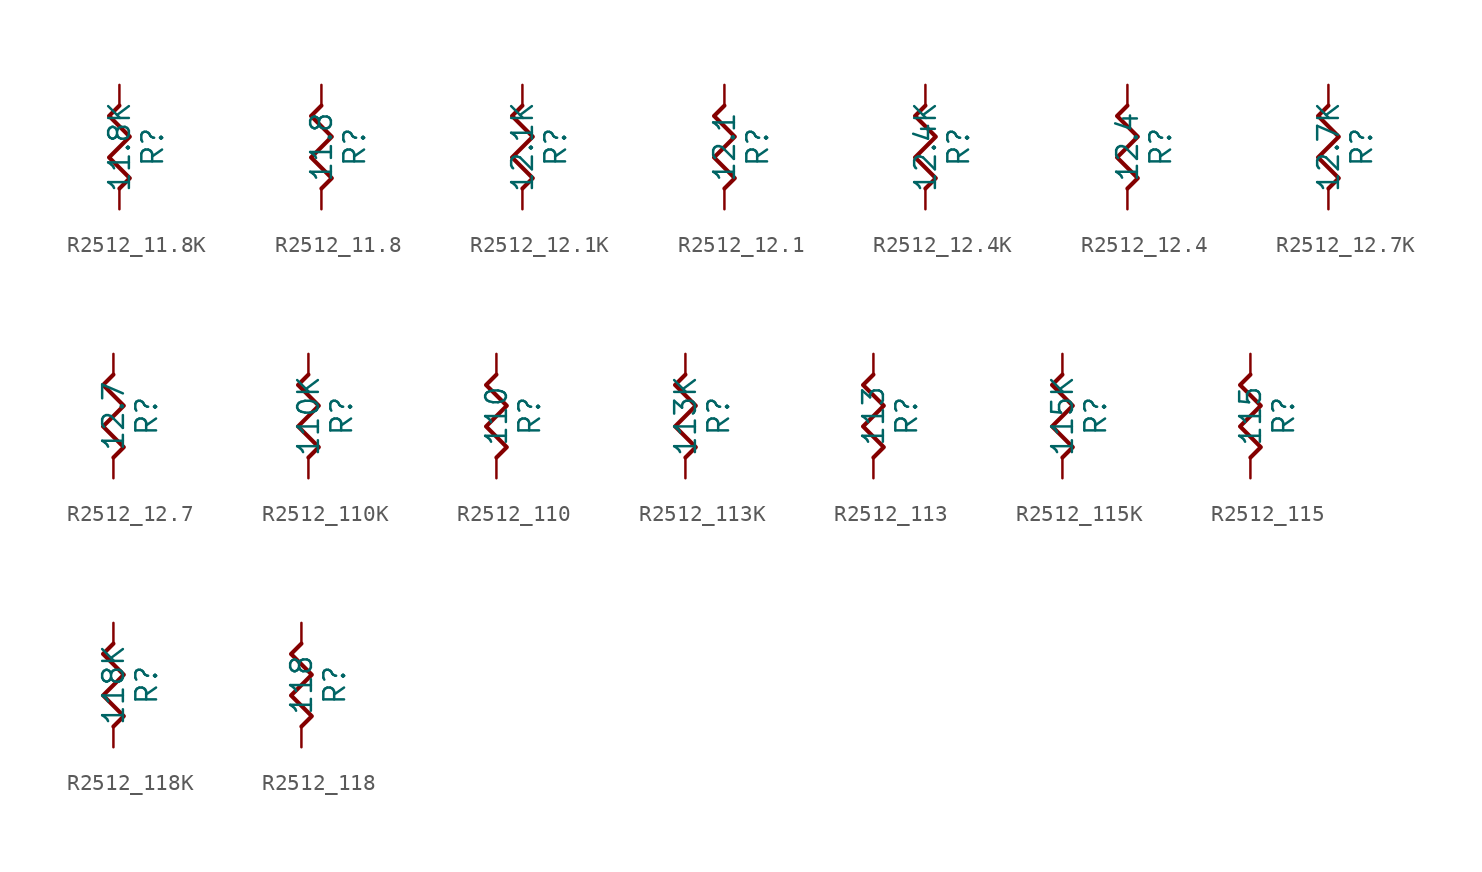
<source format=kicad_sym>
(kicad_symbol_lib
  (version 20211014)
  (generator atlantix-eda)
  (symbol "R2512_11.8K"
    (pin_numbers hide)
    (pin_names
      (offset 0))
    (property "Reference" "R"
      (at 2.032 0 90)
      (effects (font (size 1.27 1.27))))
    (property "Value" "11.8K"
      (at 0 0 90)
      (effects (font (size 1.27 1.27))))
    (symbol "R2512_11.8K_0_1"
      (polyline (pts (xy 0 -2.54) (xy 0.635 -1.905) (xy -0.635 -0.635) (xy 0.635 0.635) (xy -0.635 1.905) (xy 0 2.54)) (stroke (width 0.254) (type default) (color 0 0 0 0)) (fill (type none))))
    (symbol "R2512_11.8K_1_1"
      (pin passive line (at 0 3.81 270) (length 1.27) (name "~" (effects (font (size 1.27 1.27)))) (number "1" (effects (font (size 1.27 1.27)))))
      (pin passive line (at 0 -3.81 90) (length 1.27) (name "~" (effects (font (size 1.27 1.27)))) (number "2" (effects (font (size 1.27 1.27)))))))
  (symbol "R2512_11.8"
    (pin_numbers hide)
    (pin_names
      (offset 0))
    (property "Reference" "R"
      (at 2.032 0 90)
      (effects (font (size 1.27 1.27))))
    (property "Value" "11.8"
      (at 0 0 90)
      (effects (font (size 1.27 1.27))))
    (symbol "R2512_11.8_0_1"
      (polyline (pts (xy 0 -2.54) (xy 0.635 -1.905) (xy -0.635 -0.635) (xy 0.635 0.635) (xy -0.635 1.905) (xy 0 2.54)) (stroke (width 0.254) (type default) (color 0 0 0 0)) (fill (type none))))
    (symbol "R2512_11.8_1_1"
      (pin passive line (at 0 3.81 270) (length 1.27) (name "~" (effects (font (size 1.27 1.27)))) (number "1" (effects (font (size 1.27 1.27)))))
      (pin passive line (at 0 -3.81 90) (length 1.27) (name "~" (effects (font (size 1.27 1.27)))) (number "2" (effects (font (size 1.27 1.27)))))))
  (symbol "R2512_12.1K"
    (pin_numbers hide)
    (pin_names
      (offset 0))
    (property "Reference" "R"
      (at 2.032 0 90)
      (effects (font (size 1.27 1.27))))
    (property "Value" "12.1K"
      (at 0 0 90)
      (effects (font (size 1.27 1.27))))
    (symbol "R2512_12.1K_0_1"
      (polyline (pts (xy 0 -2.54) (xy 0.635 -1.905) (xy -0.635 -0.635) (xy 0.635 0.635) (xy -0.635 1.905) (xy 0 2.54)) (stroke (width 0.254) (type default) (color 0 0 0 0)) (fill (type none))))
    (symbol "R2512_12.1K_1_1"
      (pin passive line (at 0 3.81 270) (length 1.27) (name "~" (effects (font (size 1.27 1.27)))) (number "1" (effects (font (size 1.27 1.27)))))
      (pin passive line (at 0 -3.81 90) (length 1.27) (name "~" (effects (font (size 1.27 1.27)))) (number "2" (effects (font (size 1.27 1.27)))))))
  (symbol "R2512_12.1"
    (pin_numbers hide)
    (pin_names
      (offset 0))
    (property "Reference" "R"
      (at 2.032 0 90)
      (effects (font (size 1.27 1.27))))
    (property "Value" "12.1"
      (at 0 0 90)
      (effects (font (size 1.27 1.27))))
    (symbol "R2512_12.1_0_1"
      (polyline (pts (xy 0 -2.54) (xy 0.635 -1.905) (xy -0.635 -0.635) (xy 0.635 0.635) (xy -0.635 1.905) (xy 0 2.54)) (stroke (width 0.254) (type default) (color 0 0 0 0)) (fill (type none))))
    (symbol "R2512_12.1_1_1"
      (pin passive line (at 0 3.81 270) (length 1.27) (name "~" (effects (font (size 1.27 1.27)))) (number "1" (effects (font (size 1.27 1.27)))))
      (pin passive line (at 0 -3.81 90) (length 1.27) (name "~" (effects (font (size 1.27 1.27)))) (number "2" (effects (font (size 1.27 1.27)))))))
  (symbol "R2512_12.4K"
    (pin_numbers hide)
    (pin_names
      (offset 0))
    (property "Reference" "R"
      (at 2.032 0 90)
      (effects (font (size 1.27 1.27))))
    (property "Value" "12.4K"
      (at 0 0 90)
      (effects (font (size 1.27 1.27))))
    (symbol "R2512_12.4K_0_1"
      (polyline (pts (xy 0 -2.54) (xy 0.635 -1.905) (xy -0.635 -0.635) (xy 0.635 0.635) (xy -0.635 1.905) (xy 0 2.54)) (stroke (width 0.254) (type default) (color 0 0 0 0)) (fill (type none))))
    (symbol "R2512_12.4K_1_1"
      (pin passive line (at 0 3.81 270) (length 1.27) (name "~" (effects (font (size 1.27 1.27)))) (number "1" (effects (font (size 1.27 1.27)))))
      (pin passive line (at 0 -3.81 90) (length 1.27) (name "~" (effects (font (size 1.27 1.27)))) (number "2" (effects (font (size 1.27 1.27)))))))
  (symbol "R2512_12.4"
    (pin_numbers hide)
    (pin_names
      (offset 0))
    (property "Reference" "R"
      (at 2.032 0 90)
      (effects (font (size 1.27 1.27))))
    (property "Value" "12.4"
      (at 0 0 90)
      (effects (font (size 1.27 1.27))))
    (symbol "R2512_12.4_0_1"
      (polyline (pts (xy 0 -2.54) (xy 0.635 -1.905) (xy -0.635 -0.635) (xy 0.635 0.635) (xy -0.635 1.905) (xy 0 2.54)) (stroke (width 0.254) (type default) (color 0 0 0 0)) (fill (type none))))
    (symbol "R2512_12.4_1_1"
      (pin passive line (at 0 3.81 270) (length 1.27) (name "~" (effects (font (size 1.27 1.27)))) (number "1" (effects (font (size 1.27 1.27)))))
      (pin passive line (at 0 -3.81 90) (length 1.27) (name "~" (effects (font (size 1.27 1.27)))) (number "2" (effects (font (size 1.27 1.27)))))))
  (symbol "R2512_12.7K"
    (pin_numbers hide)
    (pin_names
      (offset 0))
    (property "Reference" "R"
      (at 2.032 0 90)
      (effects (font (size 1.27 1.27))))
    (property "Value" "12.7K"
      (at 0 0 90)
      (effects (font (size 1.27 1.27))))
    (symbol "R2512_12.7K_0_1"
      (polyline (pts (xy 0 -2.54) (xy 0.635 -1.905) (xy -0.635 -0.635) (xy 0.635 0.635) (xy -0.635 1.905) (xy 0 2.54)) (stroke (width 0.254) (type default) (color 0 0 0 0)) (fill (type none))))
    (symbol "R2512_12.7K_1_1"
      (pin passive line (at 0 3.81 270) (length 1.27) (name "~" (effects (font (size 1.27 1.27)))) (number "1" (effects (font (size 1.27 1.27)))))
      (pin passive line (at 0 -3.81 90) (length 1.27) (name "~" (effects (font (size 1.27 1.27)))) (number "2" (effects (font (size 1.27 1.27)))))))
  (symbol "R2512_12.7"
    (pin_numbers hide)
    (pin_names
      (offset 0))
    (property "Reference" "R"
      (at 2.032 0 90)
      (effects (font (size 1.27 1.27))))
    (property "Value" "12.7"
      (at 0 0 90)
      (effects (font (size 1.27 1.27))))
    (symbol "R2512_12.7_0_1"
      (polyline (pts (xy 0 -2.54) (xy 0.635 -1.905) (xy -0.635 -0.635) (xy 0.635 0.635) (xy -0.635 1.905) (xy 0 2.54)) (stroke (width 0.254) (type default) (color 0 0 0 0)) (fill (type none))))
    (symbol "R2512_12.7_1_1"
      (pin passive line (at 0 3.81 270) (length 1.27) (name "~" (effects (font (size 1.27 1.27)))) (number "1" (effects (font (size 1.27 1.27)))))
      (pin passive line (at 0 -3.81 90) (length 1.27) (name "~" (effects (font (size 1.27 1.27)))) (number "2" (effects (font (size 1.27 1.27)))))))
  (symbol "R2512_110K"
    (pin_numbers hide)
    (pin_names
      (offset 0))
    (property "Reference" "R"
      (at 2.032 0 90)
      (effects (font (size 1.27 1.27))))
    (property "Value" "110K"
      (at 0 0 90)
      (effects (font (size 1.27 1.27))))
    (symbol "R2512_110K_0_1"
      (polyline (pts (xy 0 -2.54) (xy 0.635 -1.905) (xy -0.635 -0.635) (xy 0.635 0.635) (xy -0.635 1.905) (xy 0 2.54)) (stroke (width 0.254) (type default) (color 0 0 0 0)) (fill (type none))))
    (symbol "R2512_110K_1_1"
      (pin passive line (at 0 3.81 270) (length 1.27) (name "~" (effects (font (size 1.27 1.27)))) (number "1" (effects (font (size 1.27 1.27)))))
      (pin passive line (at 0 -3.81 90) (length 1.27) (name "~" (effects (font (size 1.27 1.27)))) (number "2" (effects (font (size 1.27 1.27)))))))
  (symbol "R2512_110"
    (pin_numbers hide)
    (pin_names
      (offset 0))
    (property "Reference" "R"
      (at 2.032 0 90)
      (effects (font (size 1.27 1.27))))
    (property "Value" "110"
      (at 0 0 90)
      (effects (font (size 1.27 1.27))))
    (symbol "R2512_110_0_1"
      (polyline (pts (xy 0 -2.54) (xy 0.635 -1.905) (xy -0.635 -0.635) (xy 0.635 0.635) (xy -0.635 1.905) (xy 0 2.54)) (stroke (width 0.254) (type default) (color 0 0 0 0)) (fill (type none))))
    (symbol "R2512_110_1_1"
      (pin passive line (at 0 3.81 270) (length 1.27) (name "~" (effects (font (size 1.27 1.27)))) (number "1" (effects (font (size 1.27 1.27)))))
      (pin passive line (at 0 -3.81 90) (length 1.27) (name "~" (effects (font (size 1.27 1.27)))) (number "2" (effects (font (size 1.27 1.27)))))))
  (symbol "R2512_113K"
    (pin_numbers hide)
    (pin_names
      (offset 0))
    (property "Reference" "R"
      (at 2.032 0 90)
      (effects (font (size 1.27 1.27))))
    (property "Value" "113K"
      (at 0 0 90)
      (effects (font (size 1.27 1.27))))
    (symbol "R2512_113K_0_1"
      (polyline (pts (xy 0 -2.54) (xy 0.635 -1.905) (xy -0.635 -0.635) (xy 0.635 0.635) (xy -0.635 1.905) (xy 0 2.54)) (stroke (width 0.254) (type default) (color 0 0 0 0)) (fill (type none))))
    (symbol "R2512_113K_1_1"
      (pin passive line (at 0 3.81 270) (length 1.27) (name "~" (effects (font (size 1.27 1.27)))) (number "1" (effects (font (size 1.27 1.27)))))
      (pin passive line (at 0 -3.81 90) (length 1.27) (name "~" (effects (font (size 1.27 1.27)))) (number "2" (effects (font (size 1.27 1.27)))))))
  (symbol "R2512_113"
    (pin_numbers hide)
    (pin_names
      (offset 0))
    (property "Reference" "R"
      (at 2.032 0 90)
      (effects (font (size 1.27 1.27))))
    (property "Value" "113"
      (at 0 0 90)
      (effects (font (size 1.27 1.27))))
    (symbol "R2512_113_0_1"
      (polyline (pts (xy 0 -2.54) (xy 0.635 -1.905) (xy -0.635 -0.635) (xy 0.635 0.635) (xy -0.635 1.905) (xy 0 2.54)) (stroke (width 0.254) (type default) (color 0 0 0 0)) (fill (type none))))
    (symbol "R2512_113_1_1"
      (pin passive line (at 0 3.81 270) (length 1.27) (name "~" (effects (font (size 1.27 1.27)))) (number "1" (effects (font (size 1.27 1.27)))))
      (pin passive line (at 0 -3.81 90) (length 1.27) (name "~" (effects (font (size 1.27 1.27)))) (number "2" (effects (font (size 1.27 1.27)))))))
  (symbol "R2512_115K"
    (pin_numbers hide)
    (pin_names
      (offset 0))
    (property "Reference" "R"
      (at 2.032 0 90)
      (effects (font (size 1.27 1.27))))
    (property "Value" "115K"
      (at 0 0 90)
      (effects (font (size 1.27 1.27))))
    (symbol "R2512_115K_0_1"
      (polyline (pts (xy 0 -2.54) (xy 0.635 -1.905) (xy -0.635 -0.635) (xy 0.635 0.635) (xy -0.635 1.905) (xy 0 2.54)) (stroke (width 0.254) (type default) (color 0 0 0 0)) (fill (type none))))
    (symbol "R2512_115K_1_1"
      (pin passive line (at 0 3.81 270) (length 1.27) (name "~" (effects (font (size 1.27 1.27)))) (number "1" (effects (font (size 1.27 1.27)))))
      (pin passive line (at 0 -3.81 90) (length 1.27) (name "~" (effects (font (size 1.27 1.27)))) (number "2" (effects (font (size 1.27 1.27)))))))
  (symbol "R2512_115"
    (pin_numbers hide)
    (pin_names
      (offset 0))
    (property "Reference" "R"
      (at 2.032 0 90)
      (effects (font (size 1.27 1.27))))
    (property "Value" "115"
      (at 0 0 90)
      (effects (font (size 1.27 1.27))))
    (symbol "R2512_115_0_1"
      (polyline (pts (xy 0 -2.54) (xy 0.635 -1.905) (xy -0.635 -0.635) (xy 0.635 0.635) (xy -0.635 1.905) (xy 0 2.54)) (stroke (width 0.254) (type default) (color 0 0 0 0)) (fill (type none))))
    (symbol "R2512_115_1_1"
      (pin passive line (at 0 3.81 270) (length 1.27) (name "~" (effects (font (size 1.27 1.27)))) (number "1" (effects (font (size 1.27 1.27)))))
      (pin passive line (at 0 -3.81 90) (length 1.27) (name "~" (effects (font (size 1.27 1.27)))) (number "2" (effects (font (size 1.27 1.27)))))))
  (symbol "R2512_118K"
    (pin_numbers hide)
    (pin_names
      (offset 0))
    (property "Reference" "R"
      (at 2.032 0 90)
      (effects (font (size 1.27 1.27))))
    (property "Value" "118K"
      (at 0 0 90)
      (effects (font (size 1.27 1.27))))
    (symbol "R2512_118K_0_1"
      (polyline (pts (xy 0 -2.54) (xy 0.635 -1.905) (xy -0.635 -0.635) (xy 0.635 0.635) (xy -0.635 1.905) (xy 0 2.54)) (stroke (width 0.254) (type default) (color 0 0 0 0)) (fill (type none))))
    (symbol "R2512_118K_1_1"
      (pin passive line (at 0 3.81 270) (length 1.27) (name "~" (effects (font (size 1.27 1.27)))) (number "1" (effects (font (size 1.27 1.27)))))
      (pin passive line (at 0 -3.81 90) (length 1.27) (name "~" (effects (font (size 1.27 1.27)))) (number "2" (effects (font (size 1.27 1.27)))))))
  (symbol "R2512_118"
    (pin_numbers hide)
    (pin_names
      (offset 0))
    (property "Reference" "R"
      (at 2.032 0 90)
      (effects (font (size 1.27 1.27))))
    (property "Value" "118"
      (at 0 0 90)
      (effects (font (size 1.27 1.27))))
    (symbol "R2512_118_0_1"
      (polyline (pts (xy 0 -2.54) (xy 0.635 -1.905) (xy -0.635 -0.635) (xy 0.635 0.635) (xy -0.635 1.905) (xy 0 2.54)) (stroke (width 0.254) (type default) (color 0 0 0 0)) (fill (type none))))
    (symbol "R2512_118_1_1"
      (pin passive line (at 0 3.81 270) (length 1.27) (name "~" (effects (font (size 1.27 1.27)))) (number "1" (effects (font (size 1.27 1.27)))))
      (pin passive line (at 0 -3.81 90) (length 1.27) (name "~" (effects (font (size 1.27 1.27)))) (number "2" (effects (font (size 1.27 1.27))))))))
</source>
